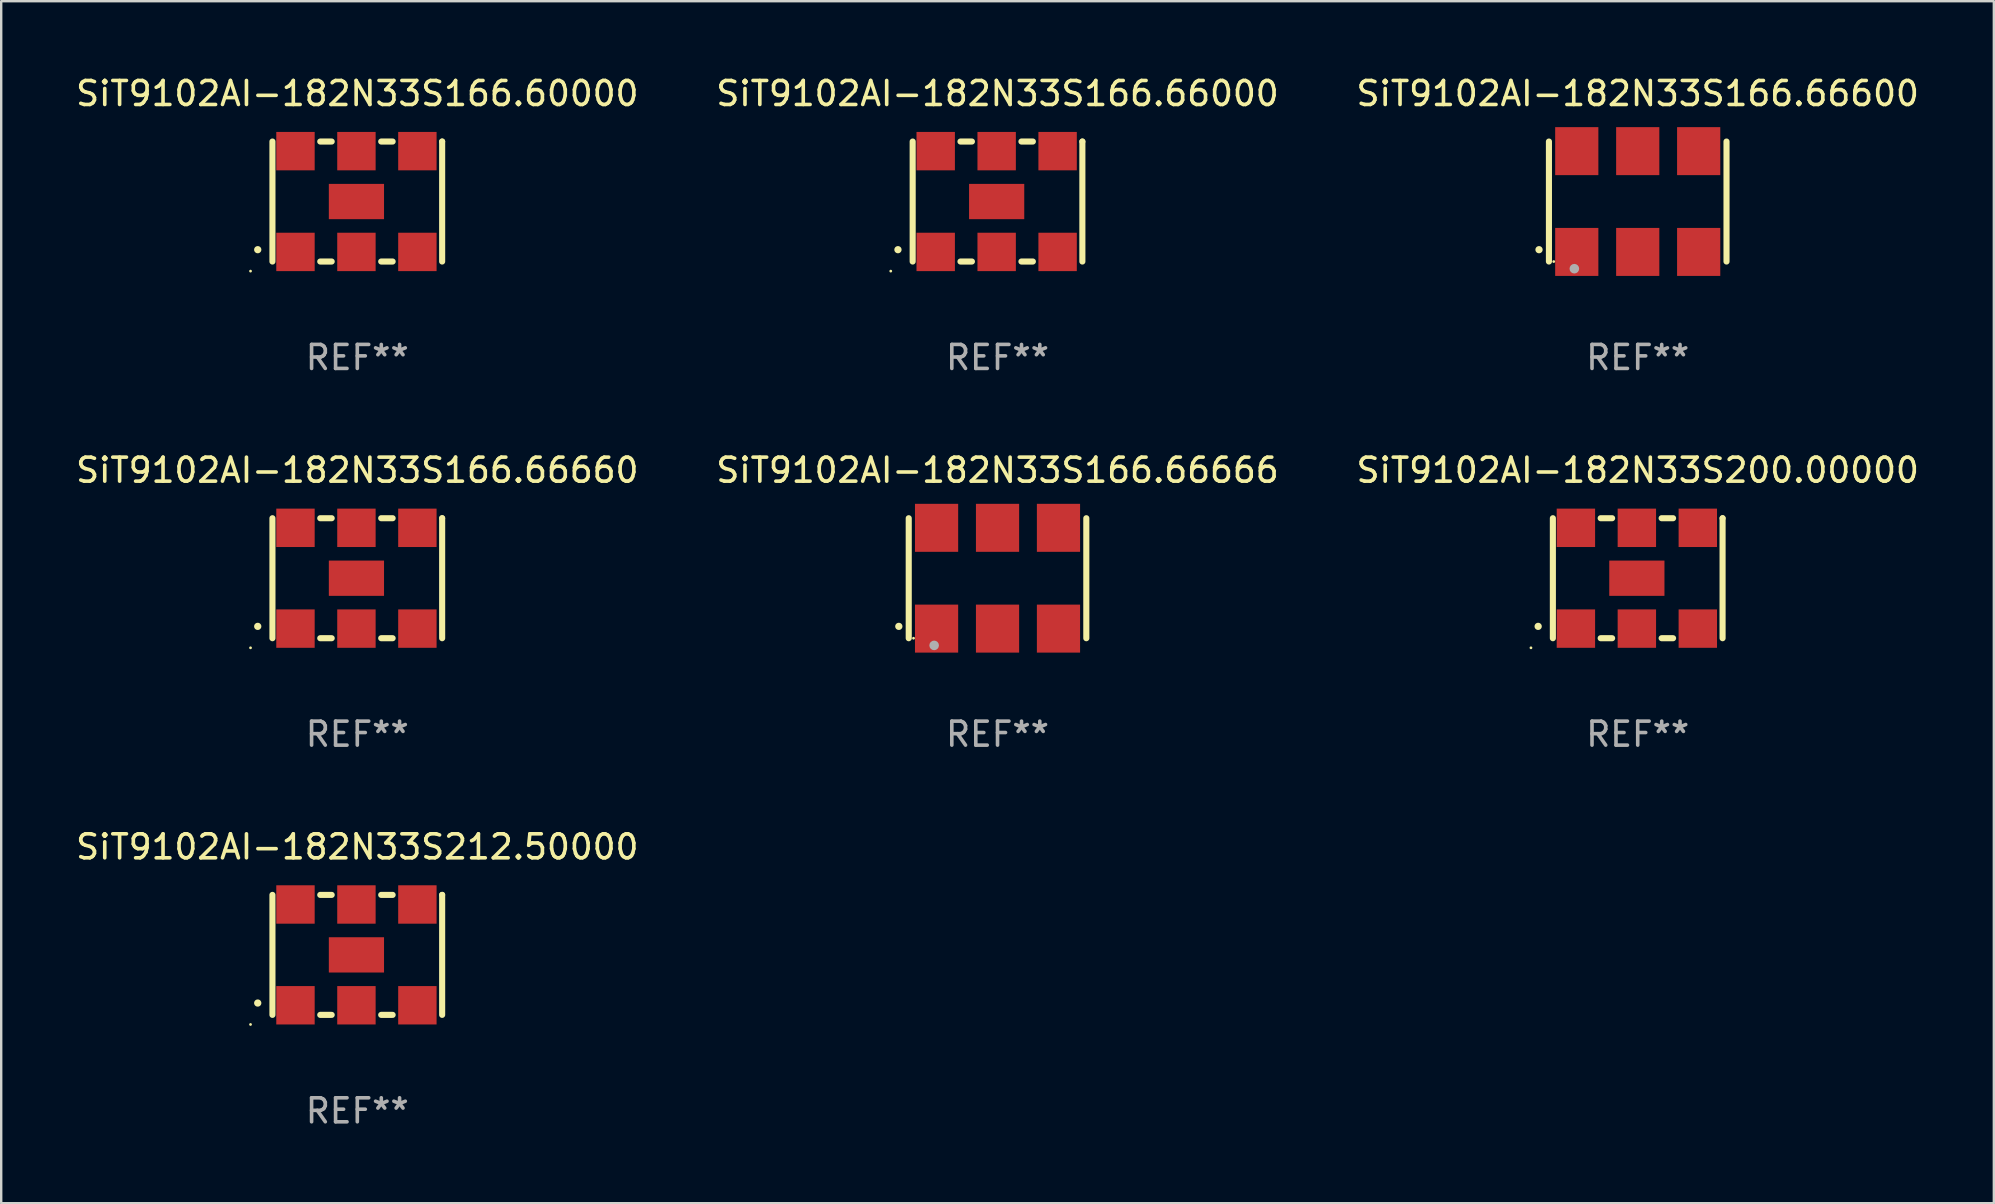
<source format=kicad_pcb>
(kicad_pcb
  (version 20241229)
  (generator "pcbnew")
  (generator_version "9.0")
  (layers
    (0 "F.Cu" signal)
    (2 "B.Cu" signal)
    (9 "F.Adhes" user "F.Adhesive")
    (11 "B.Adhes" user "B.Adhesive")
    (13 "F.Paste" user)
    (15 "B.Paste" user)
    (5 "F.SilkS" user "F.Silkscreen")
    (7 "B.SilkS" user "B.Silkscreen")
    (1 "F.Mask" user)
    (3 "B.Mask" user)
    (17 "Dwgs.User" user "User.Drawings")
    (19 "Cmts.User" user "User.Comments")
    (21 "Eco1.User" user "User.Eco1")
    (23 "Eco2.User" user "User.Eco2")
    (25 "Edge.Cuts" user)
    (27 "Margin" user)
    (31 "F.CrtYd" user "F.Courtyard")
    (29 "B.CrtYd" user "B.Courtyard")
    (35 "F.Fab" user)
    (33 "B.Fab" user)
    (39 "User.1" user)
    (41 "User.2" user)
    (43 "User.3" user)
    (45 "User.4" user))
  (footprint "SiT9102AI-182N33S166.60000"
    (layer "F.Cu")
    (at 11.839 5.348)
    (property "Reference" "SiT9102AI-182N33S166.60000" (at 0 -4.5 0) (layer "F.SilkS") (effects (font (size 1 1) (thickness 0.15))))
    (attr through_hole)
    (fp_line (start -3.536 -2.5) (end -3.536 2.5) (stroke (width 0.254) (type solid)) (layer "F.SilkS"))
    (fp_line (start -1.544 2.5) (end -1.067 2.5) (stroke (width 0.254) (type solid)) (layer "F.SilkS"))
    (fp_line (start -1.067 -2.5) (end -1.544 -2.5) (stroke (width 0.254) (type solid)) (layer "F.SilkS"))
    (fp_line (start 0.996 2.5) (end 1.473 2.5) (stroke (width 0.254) (type solid)) (layer "F.SilkS"))
    (fp_line (start 1.473 -2.5) (end 0.996 -2.5) (stroke (width 0.254) (type solid)) (layer "F.SilkS"))
    (fp_line (start 3.536 -2.5) (end 3.536 -2.5) (stroke (width 0.254) (type solid)) (layer "F.SilkS"))
    (fp_line (start 3.536 2.5) (end 3.536 -2.5) (stroke (width 0.254) (type solid)) (layer "F.SilkS"))
    (fp_arc (start -4.150432 2.006604) (mid -4.149162 2.006599) (end -4.147892 2.006604) (stroke (width 0.3) (type solid)) (layer "F.SilkS"))
    (fp_circle (center -4.449 2.9) (end -4.419 2.9) (stroke (width 0.06) (type solid)) (fill no) (layer "F.SilkS"))
    (fp_text user "REF**" (at 0 6.5 0) (layer "F.Fab") (effects (font (size 1 1) (thickness 0.15))))
    (pad "1" smd rect (at -2.576 2.1) (size 1.6 1.6) (layers "F.Cu" "F.Mask" "F.Paste"))
    (pad "2" smd rect (at -0.036 2.1) (size 1.6 1.6) (layers "F.Cu" "F.Mask" "F.Paste"))
    (pad "3" smd rect (at 2.504 2.1) (size 1.6 1.6) (layers "F.Cu" "F.Mask" "F.Paste"))
    (pad "4" smd rect (at 2.504 -2.1) (size 1.6 1.6) (layers "F.Cu" "F.Mask" "F.Paste"))
    (pad "5" smd rect (at -0.036 -2.1) (size 1.6 1.6) (layers "F.Cu" "F.Mask" "F.Paste"))
    (pad "6" smd rect (at -2.576 -2.1) (size 1.6 1.6) (layers "F.Cu" "F.Mask" "F.Paste"))
    (pad "7" smd rect (at -0.036 0) (size 2.3 1.47) (layers "F.Cu" "F.Mask" "F.Paste")))
  (footprint "SiT9102AI-182N33S166.66660"
    (layer "F.Cu")
    (at 11.839 21.045)
    (property "Reference" "SiT9102AI-182N33S166.66660" (at 0 -4.5 0) (layer "F.SilkS") (effects (font (size 1 1) (thickness 0.15))))
    (attr through_hole)
    (fp_line (start -3.536 -2.5) (end -3.536 2.5) (stroke (width 0.254) (type solid)) (layer "F.SilkS"))
    (fp_line (start -1.544 2.5) (end -1.067 2.5) (stroke (width 0.254) (type solid)) (layer "F.SilkS"))
    (fp_line (start -1.067 -2.5) (end -1.544 -2.5) (stroke (width 0.254) (type solid)) (layer "F.SilkS"))
    (fp_line (start 0.996 2.5) (end 1.473 2.5) (stroke (width 0.254) (type solid)) (layer "F.SilkS"))
    (fp_line (start 1.473 -2.5) (end 0.996 -2.5) (stroke (width 0.254) (type solid)) (layer "F.SilkS"))
    (fp_line (start 3.536 -2.5) (end 3.536 -2.5) (stroke (width 0.254) (type solid)) (layer "F.SilkS"))
    (fp_line (start 3.536 2.5) (end 3.536 -2.5) (stroke (width 0.254) (type solid)) (layer "F.SilkS"))
    (fp_arc (start -4.150432 2.006604) (mid -4.149162 2.006599) (end -4.147892 2.006604) (stroke (width 0.3) (type solid)) (layer "F.SilkS"))
    (fp_circle (center -4.449 2.9) (end -4.419 2.9) (stroke (width 0.06) (type solid)) (fill no) (layer "F.SilkS"))
    (fp_text user "REF**" (at 0 6.5 0) (layer "F.Fab") (effects (font (size 1 1) (thickness 0.15))))
    (pad "1" smd rect (at -2.576 2.1) (size 1.6 1.6) (layers "F.Cu" "F.Mask" "F.Paste"))
    (pad "2" smd rect (at -0.036 2.1) (size 1.6 1.6) (layers "F.Cu" "F.Mask" "F.Paste"))
    (pad "3" smd rect (at 2.504 2.1) (size 1.6 1.6) (layers "F.Cu" "F.Mask" "F.Paste"))
    (pad "4" smd rect (at 2.504 -2.1) (size 1.6 1.6) (layers "F.Cu" "F.Mask" "F.Paste"))
    (pad "5" smd rect (at -0.036 -2.1) (size 1.6 1.6) (layers "F.Cu" "F.Mask" "F.Paste"))
    (pad "6" smd rect (at -2.576 -2.1) (size 1.6 1.6) (layers "F.Cu" "F.Mask" "F.Paste"))
    (pad "7" smd rect (at -0.036 0) (size 2.3 1.47) (layers "F.Cu" "F.Mask" "F.Paste")))
  (footprint "SiT9102AI-182N33S166.66666"
    (layer "F.Cu")
    (at 38.518 21.045)
    (property "Reference" "SiT9102AI-182N33S166.66666" (at 0 -4.5 0) (layer "F.SilkS") (effects (font (size 1 1) (thickness 0.15))))
    (attr through_hole)
    (fp_line (start -3.7 -2.5) (end -3.7 2.5) (stroke (width 0.254) (type solid)) (layer "F.SilkS"))
    (fp_line (start 3.7 -2.5) (end 3.7 2.5) (stroke (width 0.254) (type solid)) (layer "F.SilkS"))
    (fp_arc (start -4.114415 2.006604) (mid -4.113145 2.006599) (end -4.111875 2.006604) (stroke (width 0.3) (type solid)) (layer "F.SilkS"))
    (fp_circle (center -3.5 2.501) (end -3.47 2.501) (stroke (width 0.06) (type solid)) (fill no) (layer "F.SilkS"))
    (fp_circle (center -2.641 2.799) (end -2.541 2.799) (stroke (width 0.2) (type solid)) (fill no) (layer "F.Fab"))
    (fp_text user "REF**" (at 0 6.5 0) (layer "F.Fab") (effects (font (size 1 1) (thickness 0.15))))
    (pad "1" smd rect (at -2.54 2.1) (size 1.8 2) (layers "F.Cu" "F.Mask" "F.Paste"))
    (pad "2" smd rect (at 0.000394 2.1) (size 1.8 2) (layers "F.Cu" "F.Mask" "F.Paste"))
    (pad "3" smd rect (at 2.54 2.1) (size 1.8 2) (layers "F.Cu" "F.Mask" "F.Paste"))
    (pad "4" smd rect (at 2.54 -2.1) (size 1.8 2) (layers "F.Cu" "F.Mask" "F.Paste"))
    (pad "5" smd rect (at 0.000394 -2.1) (size 1.8 2) (layers "F.Cu" "F.Mask" "F.Paste"))
    (pad "6" smd rect (at -2.54 -2.1) (size 1.8 2) (layers "F.Cu" "F.Mask" "F.Paste")))
  (footprint "SiT9102AI-182N33S166.66000"
    (layer "F.Cu")
    (at 38.518 5.348)
    (property "Reference" "SiT9102AI-182N33S166.66000" (at 0 -4.5 0) (layer "F.SilkS") (effects (font (size 1 1) (thickness 0.15))))
    (attr through_hole)
    (fp_line (start -3.536 -2.5) (end -3.536 2.5) (stroke (width 0.254) (type solid)) (layer "F.SilkS"))
    (fp_line (start -1.544 2.5) (end -1.067 2.5) (stroke (width 0.254) (type solid)) (layer "F.SilkS"))
    (fp_line (start -1.067 -2.5) (end -1.544 -2.5) (stroke (width 0.254) (type solid)) (layer "F.SilkS"))
    (fp_line (start 0.996 2.5) (end 1.473 2.5) (stroke (width 0.254) (type solid)) (layer "F.SilkS"))
    (fp_line (start 1.473 -2.5) (end 0.996 -2.5) (stroke (width 0.254) (type solid)) (layer "F.SilkS"))
    (fp_line (start 3.536 -2.5) (end 3.536 -2.5) (stroke (width 0.254) (type solid)) (layer "F.SilkS"))
    (fp_line (start 3.536 2.5) (end 3.536 -2.5) (stroke (width 0.254) (type solid)) (layer "F.SilkS"))
    (fp_arc (start -4.150432 2.006604) (mid -4.149162 2.006599) (end -4.147892 2.006604) (stroke (width 0.3) (type solid)) (layer "F.SilkS"))
    (fp_circle (center -4.449 2.9) (end -4.419 2.9) (stroke (width 0.06) (type solid)) (fill no) (layer "F.SilkS"))
    (fp_text user "REF**" (at 0 6.5 0) (layer "F.Fab") (effects (font (size 1 1) (thickness 0.15))))
    (pad "1" smd rect (at -2.576 2.1) (size 1.6 1.6) (layers "F.Cu" "F.Mask" "F.Paste"))
    (pad "2" smd rect (at -0.036 2.1) (size 1.6 1.6) (layers "F.Cu" "F.Mask" "F.Paste"))
    (pad "3" smd rect (at 2.504 2.1) (size 1.6 1.6) (layers "F.Cu" "F.Mask" "F.Paste"))
    (pad "4" smd rect (at 2.504 -2.1) (size 1.6 1.6) (layers "F.Cu" "F.Mask" "F.Paste"))
    (pad "5" smd rect (at -0.036 -2.1) (size 1.6 1.6) (layers "F.Cu" "F.Mask" "F.Paste"))
    (pad "6" smd rect (at -2.576 -2.1) (size 1.6 1.6) (layers "F.Cu" "F.Mask" "F.Paste"))
    (pad "7" smd rect (at -0.036 0) (size 2.3 1.47) (layers "F.Cu" "F.Mask" "F.Paste")))
  (footprint "SiT9102AI-182N33S212.50000"
    (layer "F.Cu")
    (at 11.839 36.741)
    (property "Reference" "SiT9102AI-182N33S212.50000" (at 0 -4.5 0) (layer "F.SilkS") (effects (font (size 1 1) (thickness 0.15))))
    (attr through_hole)
    (fp_line (start -3.536 -2.5) (end -3.536 2.5) (stroke (width 0.254) (type solid)) (layer "F.SilkS"))
    (fp_line (start -1.544 2.5) (end -1.067 2.5) (stroke (width 0.254) (type solid)) (layer "F.SilkS"))
    (fp_line (start -1.067 -2.5) (end -1.544 -2.5) (stroke (width 0.254) (type solid)) (layer "F.SilkS"))
    (fp_line (start 0.996 2.5) (end 1.473 2.5) (stroke (width 0.254) (type solid)) (layer "F.SilkS"))
    (fp_line (start 1.473 -2.5) (end 0.996 -2.5) (stroke (width 0.254) (type solid)) (layer "F.SilkS"))
    (fp_line (start 3.536 -2.5) (end 3.536 -2.5) (stroke (width 0.254) (type solid)) (layer "F.SilkS"))
    (fp_line (start 3.536 2.5) (end 3.536 -2.5) (stroke (width 0.254) (type solid)) (layer "F.SilkS"))
    (fp_arc (start -4.150432 2.006604) (mid -4.149162 2.006599) (end -4.147892 2.006604) (stroke (width 0.3) (type solid)) (layer "F.SilkS"))
    (fp_circle (center -4.449 2.9) (end -4.419 2.9) (stroke (width 0.06) (type solid)) (fill no) (layer "F.SilkS"))
    (fp_text user "REF**" (at 0 6.5 0) (layer "F.Fab") (effects (font (size 1 1) (thickness 0.15))))
    (pad "1" smd rect (at -2.576 2.1) (size 1.6 1.6) (layers "F.Cu" "F.Mask" "F.Paste"))
    (pad "2" smd rect (at -0.036 2.1) (size 1.6 1.6) (layers "F.Cu" "F.Mask" "F.Paste"))
    (pad "3" smd rect (at 2.504 2.1) (size 1.6 1.6) (layers "F.Cu" "F.Mask" "F.Paste"))
    (pad "4" smd rect (at 2.504 -2.1) (size 1.6 1.6) (layers "F.Cu" "F.Mask" "F.Paste"))
    (pad "5" smd rect (at -0.036 -2.1) (size 1.6 1.6) (layers "F.Cu" "F.Mask" "F.Paste"))
    (pad "6" smd rect (at -2.576 -2.1) (size 1.6 1.6) (layers "F.Cu" "F.Mask" "F.Paste"))
    (pad "7" smd rect (at -0.036 0) (size 2.3 1.47) (layers "F.Cu" "F.Mask" "F.Paste")))
  (footprint "SiT9102AI-182N33S200.00000"
    (layer "F.Cu")
    (at 65.196 21.045)
    (property "Reference" "SiT9102AI-182N33S200.00000" (at 0 -4.5 0) (layer "F.SilkS") (effects (font (size 1 1) (thickness 0.15))))
    (attr through_hole)
    (fp_line (start -3.536 -2.5) (end -3.536 2.5) (stroke (width 0.254) (type solid)) (layer "F.SilkS"))
    (fp_line (start -1.544 2.5) (end -1.067 2.5) (stroke (width 0.254) (type solid)) (layer "F.SilkS"))
    (fp_line (start -1.067 -2.5) (end -1.544 -2.5) (stroke (width 0.254) (type solid)) (layer "F.SilkS"))
    (fp_line (start 0.996 2.5) (end 1.473 2.5) (stroke (width 0.254) (type solid)) (layer "F.SilkS"))
    (fp_line (start 1.473 -2.5) (end 0.996 -2.5) (stroke (width 0.254) (type solid)) (layer "F.SilkS"))
    (fp_line (start 3.536 -2.5) (end 3.536 -2.5) (stroke (width 0.254) (type solid)) (layer "F.SilkS"))
    (fp_line (start 3.536 2.5) (end 3.536 -2.5) (stroke (width 0.254) (type solid)) (layer "F.SilkS"))
    (fp_arc (start -4.150432 2.006604) (mid -4.149162 2.006599) (end -4.147892 2.006604) (stroke (width 0.3) (type solid)) (layer "F.SilkS"))
    (fp_circle (center -4.449 2.9) (end -4.419 2.9) (stroke (width 0.06) (type solid)) (fill no) (layer "F.SilkS"))
    (fp_text user "REF**" (at 0 6.5 0) (layer "F.Fab") (effects (font (size 1 1) (thickness 0.15))))
    (pad "1" smd rect (at -2.576 2.1) (size 1.6 1.6) (layers "F.Cu" "F.Mask" "F.Paste"))
    (pad "2" smd rect (at -0.036 2.1) (size 1.6 1.6) (layers "F.Cu" "F.Mask" "F.Paste"))
    (pad "3" smd rect (at 2.504 2.1) (size 1.6 1.6) (layers "F.Cu" "F.Mask" "F.Paste"))
    (pad "4" smd rect (at 2.504 -2.1) (size 1.6 1.6) (layers "F.Cu" "F.Mask" "F.Paste"))
    (pad "5" smd rect (at -0.036 -2.1) (size 1.6 1.6) (layers "F.Cu" "F.Mask" "F.Paste"))
    (pad "6" smd rect (at -2.576 -2.1) (size 1.6 1.6) (layers "F.Cu" "F.Mask" "F.Paste"))
    (pad "7" smd rect (at -0.036 0) (size 2.3 1.47) (layers "F.Cu" "F.Mask" "F.Paste")))
  (footprint "SiT9102AI-182N33S166.66600"
    (layer "F.Cu")
    (at 65.196 5.348)
    (property "Reference" "SiT9102AI-182N33S166.66600" (at 0 -4.5 0) (layer "F.SilkS") (effects (font (size 1 1) (thickness 0.15))))
    (attr through_hole)
    (fp_line (start -3.7 -2.5) (end -3.7 2.5) (stroke (width 0.254) (type solid)) (layer "F.SilkS"))
    (fp_line (start 3.7 -2.5) (end 3.7 2.5) (stroke (width 0.254) (type solid)) (layer "F.SilkS"))
    (fp_arc (start -4.114415 2.006604) (mid -4.113145 2.006599) (end -4.111875 2.006604) (stroke (width 0.3) (type solid)) (layer "F.SilkS"))
    (fp_circle (center -3.5 2.501) (end -3.47 2.501) (stroke (width 0.06) (type solid)) (fill no) (layer "F.SilkS"))
    (fp_circle (center -2.641 2.799) (end -2.541 2.799) (stroke (width 0.2) (type solid)) (fill no) (layer "F.Fab"))
    (fp_text user "REF**" (at 0 6.5 0) (layer "F.Fab") (effects (font (size 1 1) (thickness 0.15))))
    (pad "1" smd rect (at -2.54 2.1) (size 1.8 2) (layers "F.Cu" "F.Mask" "F.Paste"))
    (pad "2" smd rect (at 0.000394 2.1) (size 1.8 2) (layers "F.Cu" "F.Mask" "F.Paste"))
    (pad "3" smd rect (at 2.54 2.1) (size 1.8 2) (layers "F.Cu" "F.Mask" "F.Paste"))
    (pad "4" smd rect (at 2.54 -2.1) (size 1.8 2) (layers "F.Cu" "F.Mask" "F.Paste"))
    (pad "5" smd rect (at 0.000394 -2.1) (size 1.8 2) (layers "F.Cu" "F.Mask" "F.Paste"))
    (pad "6" smd rect (at -2.54 -2.1) (size 1.8 2) (layers "F.Cu" "F.Mask" "F.Paste")))
  (gr_rect
    (start -3 -3)
    (end 80.036 47.09)
    (stroke (width 0.1) (type default))
    (fill no)
    (layer "Edge.Cuts")))
</source>
